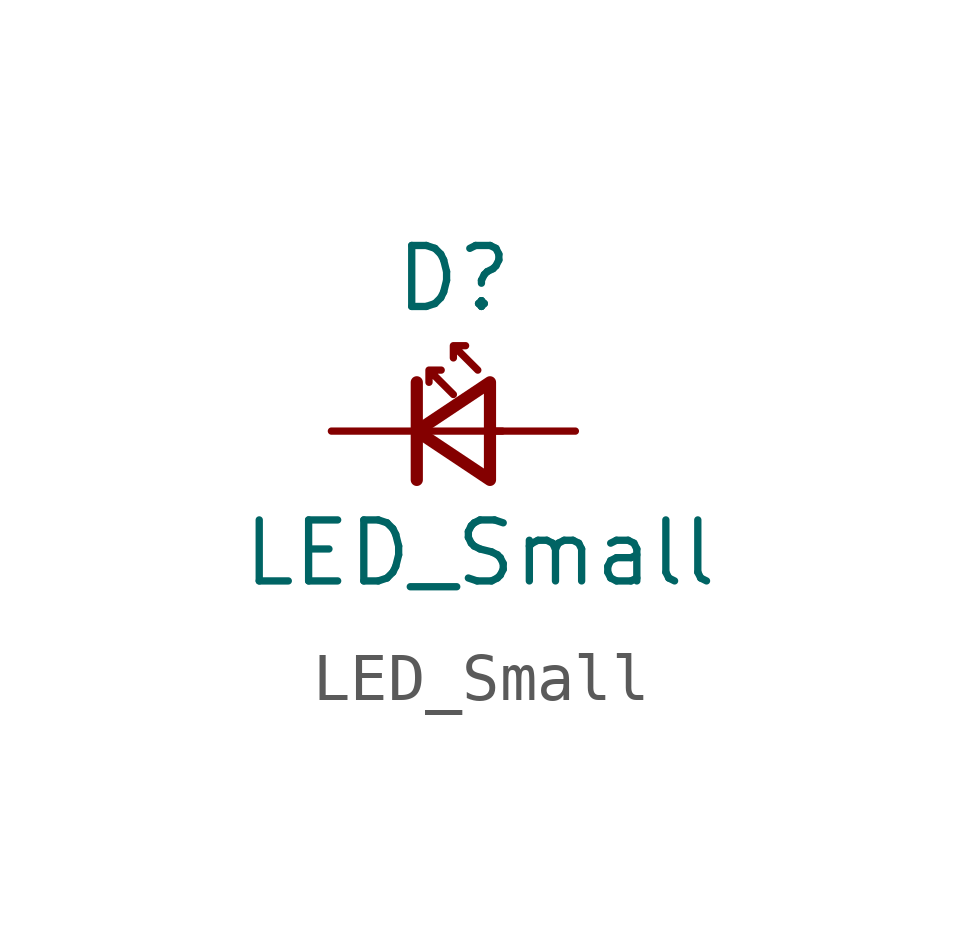
<source format=kicad_sym>
(kicad_symbol_lib
  (version 20231120)
  (generator "kicad_symbol_editor")
  (generator_version "8.0")
  (symbol "LED_Small"
    (pin_numbers hide)
    (pin_names
      (offset 0.254) hide)
    (property "Reference" "D"
      (at -1.27 3.175 0)
      (effects (font (size 1.27 1.27)) (justify left)))
    (property "Value" "LED_Small"
      (at -4.445 -2.54 0)
      (effects (font (size 1.27 1.27)) (justify left)))
    (symbol "LED_Small_0_1"
      (polyline (pts (xy -0.762 -1.016) (xy -0.762 1.016)) (stroke (width 0.254) (type default)) (fill (type none)))
      (polyline (pts (xy 1.016 0) (xy -0.762 0)) (stroke (width 0) (type default)) (fill (type none)))
      (polyline (pts (xy 0.762 -1.016) (xy -0.762 0) (xy 0.762 1.016) (xy 0.762 -1.016)) (stroke (width 0.254) (type default)) (fill (type none)))
      (polyline (pts (xy 0 0.762) (xy -0.508 1.27) (xy -0.254 1.27) (xy -0.508 1.27) (xy -0.508 1.016)) (stroke (width 0) (type default)) (fill (type none)))
      (polyline (pts (xy 0.508 1.27) (xy 0 1.778) (xy 0.254 1.778) (xy 0 1.778) (xy 0 1.524)) (stroke (width 0) (type default)) (fill (type none))))
    (symbol "LED_Small_1_1"
      (pin passive line (at 2.54 0 180) (length 1.778) (name "A" (effects (font (size 1.27 1.27)))) (number "1" (effects (font (size 1.27 1.27)))))
      (pin passive line (at -2.54 0 0) (length 1.778) (name "K" (effects (font (size 1.27 1.27)))) (number "2" (effects (font (size 1.27 1.27))))))))
</source>
